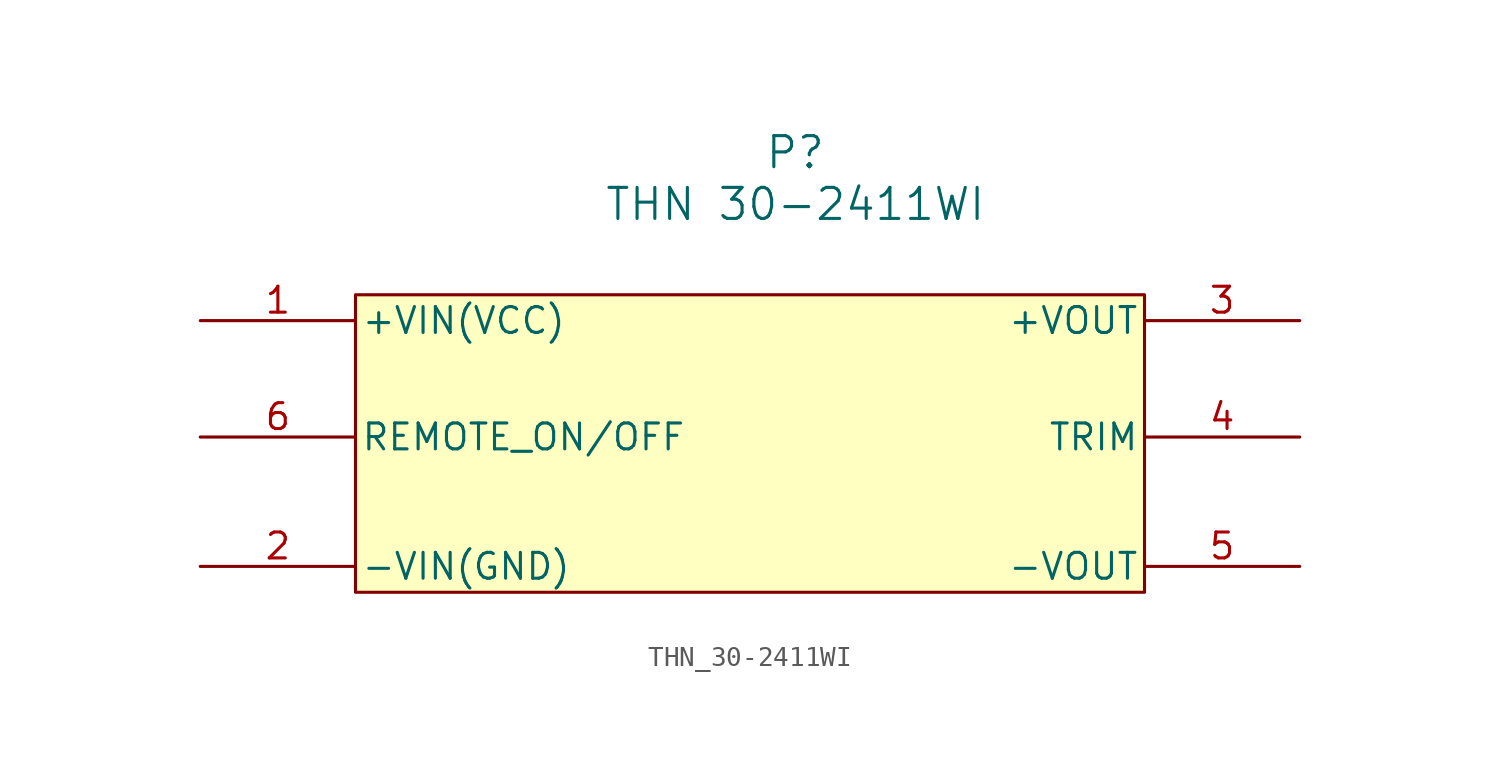
<source format=kicad_sym>
(kicad_symbol_lib
  (version 20231120)
  (generator "kicad_symbol_editor")
  (generator_version "8.0")
  (symbol "THN_30-2411WI"
    (pin_names
      (offset 0.254))
    (property "Reference" "P"
      (at 40.64 12.7 0)
      (effects (font (size 1.524 1.524))))
    (property "Value" "THN 30-2411WI"
      (at 40.64 10.16 0)
      (effects (font (size 1.524 1.524))))
    (symbol "THN_30-2411WI_0_1"
      (pin power_in line (at 11.43 4.445 0) (length 7.62) (name "+VIN(VCC)" (effects (font (size 1.27 1.27)))) (number "1" (effects (font (size 1.27 1.27)))))
      (pin power_out line (at 11.43 -7.62 0) (length 7.62) (name "-VIN(GND)" (effects (font (size 1.27 1.27)))) (number "2" (effects (font (size 1.27 1.27)))))
      (pin power_in line (at 65.405 4.445 180) (length 7.62) (name "+VOUT" (effects (font (size 1.27 1.27)))) (number "3" (effects (font (size 1.27 1.27)))))
      (pin unspecified line (at 65.405 -1.27 180) (length 7.62) (name "TRIM" (effects (font (size 1.27 1.27)))) (number "4" (effects (font (size 1.27 1.27)))))
      (pin power_in line (at 65.405 -7.62 180) (length 7.62) (name "-VOUT" (effects (font (size 1.27 1.27)))) (number "5" (effects (font (size 1.27 1.27)))))
      (pin unspecified line (at 11.43 -1.27 0) (length 7.62) (name "REMOTE_ON/OFF" (effects (font (size 1.27 1.27)))) (number "6" (effects (font (size 1.27 1.27))))))
    (symbol "THN_30-2411WI_1_1"
      (rectangle (start 19.05 5.715) (end 57.785 -8.89) (stroke (width 0) (type default)) (fill (type background))))))
</source>
